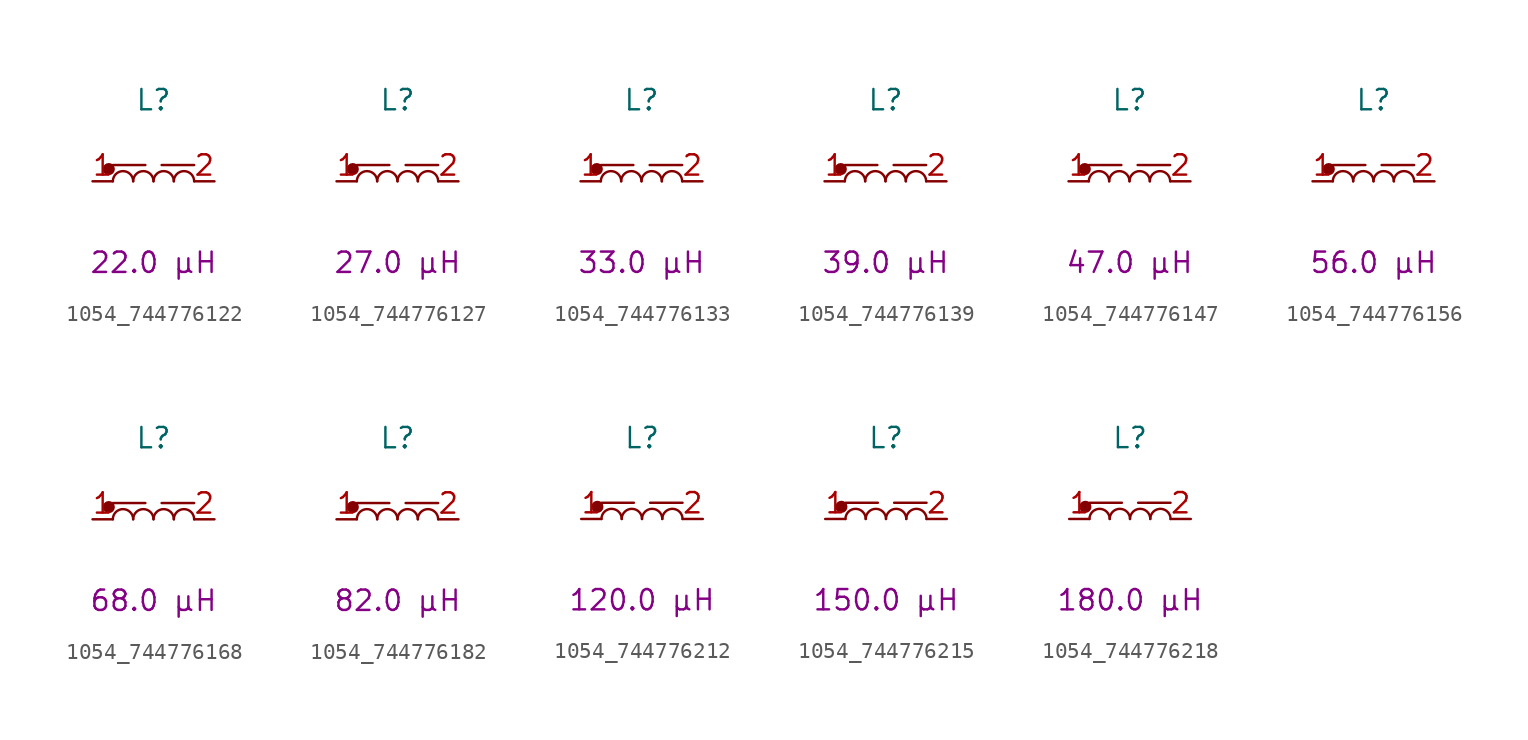
<source format=kicad_sym>
(kicad_symbol_lib
  (version 20220914)
  (generator kicad_symbol_editor)
  (symbol "1054_744776122"
    (pin_names hide)
    (property "Reference" "L"
      (at 0 5.08 0)
      (effects (font (size 1.27 1.27))))
    (property "Critical Parameter" "22.0 µH"
      (at 0 -5.08 0)
      (effects (font (size 1.27 1.27))))
    (symbol "1054_744776122_0_1"
      (arc (start -1.27 0) (mid -1.905 0.6323) (end -2.54 0) (stroke (width 0) (type default)) (fill (type none)))
      (arc (start 0 0) (mid -0.635 0.6323) (end -1.27 0) (stroke (width 0) (type default)) (fill (type none)))
      (polyline (pts (xy -2.54 1.016) (xy -0.508 1.016)) (stroke (width 0) (type default)) (fill (type none)))
      (arc (start 1.27 0) (mid 0.635 0.6323) (end 0 0) (stroke (width 0) (type default)) (fill (type none)))
      (arc (start 2.54 0) (mid 1.905 0.6323) (end 1.27 0) (stroke (width 0) (type default)) (fill (type none))))
    (symbol "1054_744776122_1_1"
      (circle (center -2.794 0.762) (radius 0.0001) (stroke (width 0.381) (type default)) (fill (type none)))
      (polyline (pts (xy 2.54 1.016) (xy 0.508 1.016)) (stroke (width 0) (type default)) (fill (type none)))
      (pin passive line (at -3.81 0 0) (length 1.27) (name "1" (effects (font (size 1.27 1.27)))) (number "1" (effects (font (size 1.27 1.27)))))
      (pin passive line (at 3.81 0 180) (length 1.27) (name "2" (effects (font (size 1.27 1.27)))) (number "2" (effects (font (size 1.27 1.27)))))))
  (symbol "1054_744776127"
    (pin_names hide)
    (property "Reference" "L"
      (at 0 5.08 0)
      (effects (font (size 1.27 1.27))))
    (property "Critical Parameter" "27.0 µH"
      (at 0 -5.08 0)
      (effects (font (size 1.27 1.27))))
    (symbol "1054_744776127_0_1"
      (arc (start -1.27 0) (mid -1.905 0.6323) (end -2.54 0) (stroke (width 0) (type default)) (fill (type none)))
      (arc (start 0 0) (mid -0.635 0.6323) (end -1.27 0) (stroke (width 0) (type default)) (fill (type none)))
      (polyline (pts (xy -2.54 1.016) (xy -0.508 1.016)) (stroke (width 0) (type default)) (fill (type none)))
      (arc (start 1.27 0) (mid 0.635 0.6323) (end 0 0) (stroke (width 0) (type default)) (fill (type none)))
      (arc (start 2.54 0) (mid 1.905 0.6323) (end 1.27 0) (stroke (width 0) (type default)) (fill (type none))))
    (symbol "1054_744776127_1_1"
      (circle (center -2.794 0.762) (radius 0.0001) (stroke (width 0.381) (type default)) (fill (type none)))
      (polyline (pts (xy 2.54 1.016) (xy 0.508 1.016)) (stroke (width 0) (type default)) (fill (type none)))
      (pin passive line (at -3.81 0 0) (length 1.27) (name "1" (effects (font (size 1.27 1.27)))) (number "1" (effects (font (size 1.27 1.27)))))
      (pin passive line (at 3.81 0 180) (length 1.27) (name "2" (effects (font (size 1.27 1.27)))) (number "2" (effects (font (size 1.27 1.27)))))))
  (symbol "1054_744776133"
    (pin_names hide)
    (property "Reference" "L"
      (at 0 5.08 0)
      (effects (font (size 1.27 1.27))))
    (property "Critical Parameter" "33.0 µH"
      (at 0 -5.08 0)
      (effects (font (size 1.27 1.27))))
    (symbol "1054_744776133_0_1"
      (arc (start -1.27 0) (mid -1.905 0.6323) (end -2.54 0) (stroke (width 0) (type default)) (fill (type none)))
      (arc (start 0 0) (mid -0.635 0.6323) (end -1.27 0) (stroke (width 0) (type default)) (fill (type none)))
      (polyline (pts (xy -2.54 1.016) (xy -0.508 1.016)) (stroke (width 0) (type default)) (fill (type none)))
      (arc (start 1.27 0) (mid 0.635 0.6323) (end 0 0) (stroke (width 0) (type default)) (fill (type none)))
      (arc (start 2.54 0) (mid 1.905 0.6323) (end 1.27 0) (stroke (width 0) (type default)) (fill (type none))))
    (symbol "1054_744776133_1_1"
      (circle (center -2.794 0.762) (radius 0.0001) (stroke (width 0.381) (type default)) (fill (type none)))
      (polyline (pts (xy 2.54 1.016) (xy 0.508 1.016)) (stroke (width 0) (type default)) (fill (type none)))
      (pin passive line (at -3.81 0 0) (length 1.27) (name "1" (effects (font (size 1.27 1.27)))) (number "1" (effects (font (size 1.27 1.27)))))
      (pin passive line (at 3.81 0 180) (length 1.27) (name "2" (effects (font (size 1.27 1.27)))) (number "2" (effects (font (size 1.27 1.27)))))))
  (symbol "1054_744776139"
    (pin_names hide)
    (property "Reference" "L"
      (at 0 5.08 0)
      (effects (font (size 1.27 1.27))))
    (property "Critical Parameter" "39.0 µH"
      (at 0 -5.08 0)
      (effects (font (size 1.27 1.27))))
    (symbol "1054_744776139_0_1"
      (arc (start -1.27 0) (mid -1.905 0.6323) (end -2.54 0) (stroke (width 0) (type default)) (fill (type none)))
      (arc (start 0 0) (mid -0.635 0.6323) (end -1.27 0) (stroke (width 0) (type default)) (fill (type none)))
      (polyline (pts (xy -2.54 1.016) (xy -0.508 1.016)) (stroke (width 0) (type default)) (fill (type none)))
      (arc (start 1.27 0) (mid 0.635 0.6323) (end 0 0) (stroke (width 0) (type default)) (fill (type none)))
      (arc (start 2.54 0) (mid 1.905 0.6323) (end 1.27 0) (stroke (width 0) (type default)) (fill (type none))))
    (symbol "1054_744776139_1_1"
      (circle (center -2.794 0.762) (radius 0.0001) (stroke (width 0.381) (type default)) (fill (type none)))
      (polyline (pts (xy 2.54 1.016) (xy 0.508 1.016)) (stroke (width 0) (type default)) (fill (type none)))
      (pin passive line (at -3.81 0 0) (length 1.27) (name "1" (effects (font (size 1.27 1.27)))) (number "1" (effects (font (size 1.27 1.27)))))
      (pin passive line (at 3.81 0 180) (length 1.27) (name "2" (effects (font (size 1.27 1.27)))) (number "2" (effects (font (size 1.27 1.27)))))))
  (symbol "1054_744776147"
    (pin_names hide)
    (property "Reference" "L"
      (at 0 5.08 0)
      (effects (font (size 1.27 1.27))))
    (property "Critical Parameter" "47.0 µH"
      (at 0 -5.08 0)
      (effects (font (size 1.27 1.27))))
    (symbol "1054_744776147_0_1"
      (arc (start -1.27 0) (mid -1.905 0.6323) (end -2.54 0) (stroke (width 0) (type default)) (fill (type none)))
      (arc (start 0 0) (mid -0.635 0.6323) (end -1.27 0) (stroke (width 0) (type default)) (fill (type none)))
      (polyline (pts (xy -2.54 1.016) (xy -0.508 1.016)) (stroke (width 0) (type default)) (fill (type none)))
      (arc (start 1.27 0) (mid 0.635 0.6323) (end 0 0) (stroke (width 0) (type default)) (fill (type none)))
      (arc (start 2.54 0) (mid 1.905 0.6323) (end 1.27 0) (stroke (width 0) (type default)) (fill (type none))))
    (symbol "1054_744776147_1_1"
      (circle (center -2.794 0.762) (radius 0.0001) (stroke (width 0.381) (type default)) (fill (type none)))
      (polyline (pts (xy 2.54 1.016) (xy 0.508 1.016)) (stroke (width 0) (type default)) (fill (type none)))
      (pin passive line (at -3.81 0 0) (length 1.27) (name "1" (effects (font (size 1.27 1.27)))) (number "1" (effects (font (size 1.27 1.27)))))
      (pin passive line (at 3.81 0 180) (length 1.27) (name "2" (effects (font (size 1.27 1.27)))) (number "2" (effects (font (size 1.27 1.27)))))))
  (symbol "1054_744776156"
    (pin_names hide)
    (property "Reference" "L"
      (at 0 5.08 0)
      (effects (font (size 1.27 1.27))))
    (property "Critical Parameter" "56.0 µH"
      (at 0 -5.08 0)
      (effects (font (size 1.27 1.27))))
    (symbol "1054_744776156_0_1"
      (arc (start -1.27 0) (mid -1.905 0.6323) (end -2.54 0) (stroke (width 0) (type default)) (fill (type none)))
      (arc (start 0 0) (mid -0.635 0.6323) (end -1.27 0) (stroke (width 0) (type default)) (fill (type none)))
      (polyline (pts (xy -2.54 1.016) (xy -0.508 1.016)) (stroke (width 0) (type default)) (fill (type none)))
      (arc (start 1.27 0) (mid 0.635 0.6323) (end 0 0) (stroke (width 0) (type default)) (fill (type none)))
      (arc (start 2.54 0) (mid 1.905 0.6323) (end 1.27 0) (stroke (width 0) (type default)) (fill (type none))))
    (symbol "1054_744776156_1_1"
      (circle (center -2.794 0.762) (radius 0.0001) (stroke (width 0.381) (type default)) (fill (type none)))
      (polyline (pts (xy 2.54 1.016) (xy 0.508 1.016)) (stroke (width 0) (type default)) (fill (type none)))
      (pin passive line (at -3.81 0 0) (length 1.27) (name "1" (effects (font (size 1.27 1.27)))) (number "1" (effects (font (size 1.27 1.27)))))
      (pin passive line (at 3.81 0 180) (length 1.27) (name "2" (effects (font (size 1.27 1.27)))) (number "2" (effects (font (size 1.27 1.27)))))))
  (symbol "1054_744776168"
    (pin_names hide)
    (property "Reference" "L"
      (at 0 5.08 0)
      (effects (font (size 1.27 1.27))))
    (property "Critical Parameter" "68.0 µH"
      (at 0 -5.08 0)
      (effects (font (size 1.27 1.27))))
    (symbol "1054_744776168_0_1"
      (arc (start -1.27 0) (mid -1.905 0.6323) (end -2.54 0) (stroke (width 0) (type default)) (fill (type none)))
      (arc (start 0 0) (mid -0.635 0.6323) (end -1.27 0) (stroke (width 0) (type default)) (fill (type none)))
      (polyline (pts (xy -2.54 1.016) (xy -0.508 1.016)) (stroke (width 0) (type default)) (fill (type none)))
      (arc (start 1.27 0) (mid 0.635 0.6323) (end 0 0) (stroke (width 0) (type default)) (fill (type none)))
      (arc (start 2.54 0) (mid 1.905 0.6323) (end 1.27 0) (stroke (width 0) (type default)) (fill (type none))))
    (symbol "1054_744776168_1_1"
      (circle (center -2.794 0.762) (radius 0.0001) (stroke (width 0.381) (type default)) (fill (type none)))
      (polyline (pts (xy 2.54 1.016) (xy 0.508 1.016)) (stroke (width 0) (type default)) (fill (type none)))
      (pin passive line (at -3.81 0 0) (length 1.27) (name "1" (effects (font (size 1.27 1.27)))) (number "1" (effects (font (size 1.27 1.27)))))
      (pin passive line (at 3.81 0 180) (length 1.27) (name "2" (effects (font (size 1.27 1.27)))) (number "2" (effects (font (size 1.27 1.27)))))))
  (symbol "1054_744776182"
    (pin_names hide)
    (property "Reference" "L"
      (at 0 5.08 0)
      (effects (font (size 1.27 1.27))))
    (property "Critical Parameter" "82.0 µH"
      (at 0 -5.08 0)
      (effects (font (size 1.27 1.27))))
    (symbol "1054_744776182_0_1"
      (arc (start -1.27 0) (mid -1.905 0.6323) (end -2.54 0) (stroke (width 0) (type default)) (fill (type none)))
      (arc (start 0 0) (mid -0.635 0.6323) (end -1.27 0) (stroke (width 0) (type default)) (fill (type none)))
      (polyline (pts (xy -2.54 1.016) (xy -0.508 1.016)) (stroke (width 0) (type default)) (fill (type none)))
      (arc (start 1.27 0) (mid 0.635 0.6323) (end 0 0) (stroke (width 0) (type default)) (fill (type none)))
      (arc (start 2.54 0) (mid 1.905 0.6323) (end 1.27 0) (stroke (width 0) (type default)) (fill (type none))))
    (symbol "1054_744776182_1_1"
      (circle (center -2.794 0.762) (radius 0.0001) (stroke (width 0.381) (type default)) (fill (type none)))
      (polyline (pts (xy 2.54 1.016) (xy 0.508 1.016)) (stroke (width 0) (type default)) (fill (type none)))
      (pin passive line (at -3.81 0 0) (length 1.27) (name "1" (effects (font (size 1.27 1.27)))) (number "1" (effects (font (size 1.27 1.27)))))
      (pin passive line (at 3.81 0 180) (length 1.27) (name "2" (effects (font (size 1.27 1.27)))) (number "2" (effects (font (size 1.27 1.27)))))))
  (symbol "1054_744776212"
    (pin_names hide)
    (property "Reference" "L"
      (at 0 5.08 0)
      (effects (font (size 1.27 1.27))))
    (property "Critical Parameter" "120.0 µH"
      (at 0 -5.08 0)
      (effects (font (size 1.27 1.27))))
    (symbol "1054_744776212_0_1"
      (arc (start -1.27 0) (mid -1.905 0.6323) (end -2.54 0) (stroke (width 0) (type default)) (fill (type none)))
      (arc (start 0 0) (mid -0.635 0.6323) (end -1.27 0) (stroke (width 0) (type default)) (fill (type none)))
      (polyline (pts (xy -2.54 1.016) (xy -0.508 1.016)) (stroke (width 0) (type default)) (fill (type none)))
      (arc (start 1.27 0) (mid 0.635 0.6323) (end 0 0) (stroke (width 0) (type default)) (fill (type none)))
      (arc (start 2.54 0) (mid 1.905 0.6323) (end 1.27 0) (stroke (width 0) (type default)) (fill (type none))))
    (symbol "1054_744776212_1_1"
      (circle (center -2.794 0.762) (radius 0.0001) (stroke (width 0.381) (type default)) (fill (type none)))
      (polyline (pts (xy 2.54 1.016) (xy 0.508 1.016)) (stroke (width 0) (type default)) (fill (type none)))
      (pin passive line (at -3.81 0 0) (length 1.27) (name "1" (effects (font (size 1.27 1.27)))) (number "1" (effects (font (size 1.27 1.27)))))
      (pin passive line (at 3.81 0 180) (length 1.27) (name "2" (effects (font (size 1.27 1.27)))) (number "2" (effects (font (size 1.27 1.27)))))))
  (symbol "1054_744776215"
    (pin_names hide)
    (property "Reference" "L"
      (at 0 5.08 0)
      (effects (font (size 1.27 1.27))))
    (property "Critical Parameter" "150.0 µH"
      (at 0 -5.08 0)
      (effects (font (size 1.27 1.27))))
    (symbol "1054_744776215_0_1"
      (arc (start -1.27 0) (mid -1.905 0.6323) (end -2.54 0) (stroke (width 0) (type default)) (fill (type none)))
      (arc (start 0 0) (mid -0.635 0.6323) (end -1.27 0) (stroke (width 0) (type default)) (fill (type none)))
      (polyline (pts (xy -2.54 1.016) (xy -0.508 1.016)) (stroke (width 0) (type default)) (fill (type none)))
      (arc (start 1.27 0) (mid 0.635 0.6323) (end 0 0) (stroke (width 0) (type default)) (fill (type none)))
      (arc (start 2.54 0) (mid 1.905 0.6323) (end 1.27 0) (stroke (width 0) (type default)) (fill (type none))))
    (symbol "1054_744776215_1_1"
      (circle (center -2.794 0.762) (radius 0.0001) (stroke (width 0.381) (type default)) (fill (type none)))
      (polyline (pts (xy 2.54 1.016) (xy 0.508 1.016)) (stroke (width 0) (type default)) (fill (type none)))
      (pin passive line (at -3.81 0 0) (length 1.27) (name "1" (effects (font (size 1.27 1.27)))) (number "1" (effects (font (size 1.27 1.27)))))
      (pin passive line (at 3.81 0 180) (length 1.27) (name "2" (effects (font (size 1.27 1.27)))) (number "2" (effects (font (size 1.27 1.27)))))))
  (symbol "1054_744776218"
    (pin_names hide)
    (property "Reference" "L"
      (at 0 5.08 0)
      (effects (font (size 1.27 1.27))))
    (property "Critical Parameter" "180.0 µH"
      (at 0 -5.08 0)
      (effects (font (size 1.27 1.27))))
    (symbol "1054_744776218_0_1"
      (arc (start -1.27 0) (mid -1.905 0.6323) (end -2.54 0) (stroke (width 0) (type default)) (fill (type none)))
      (arc (start 0 0) (mid -0.635 0.6323) (end -1.27 0) (stroke (width 0) (type default)) (fill (type none)))
      (polyline (pts (xy -2.54 1.016) (xy -0.508 1.016)) (stroke (width 0) (type default)) (fill (type none)))
      (arc (start 1.27 0) (mid 0.635 0.6323) (end 0 0) (stroke (width 0) (type default)) (fill (type none)))
      (arc (start 2.54 0) (mid 1.905 0.6323) (end 1.27 0) (stroke (width 0) (type default)) (fill (type none))))
    (symbol "1054_744776218_1_1"
      (circle (center -2.794 0.762) (radius 0.0001) (stroke (width 0.381) (type default)) (fill (type none)))
      (polyline (pts (xy 2.54 1.016) (xy 0.508 1.016)) (stroke (width 0) (type default)) (fill (type none)))
      (pin passive line (at -3.81 0 0) (length 1.27) (name "1" (effects (font (size 1.27 1.27)))) (number "1" (effects (font (size 1.27 1.27)))))
      (pin passive line (at 3.81 0 180) (length 1.27) (name "2" (effects (font (size 1.27 1.27)))) (number "2" (effects (font (size 1.27 1.27))))))))
</source>
